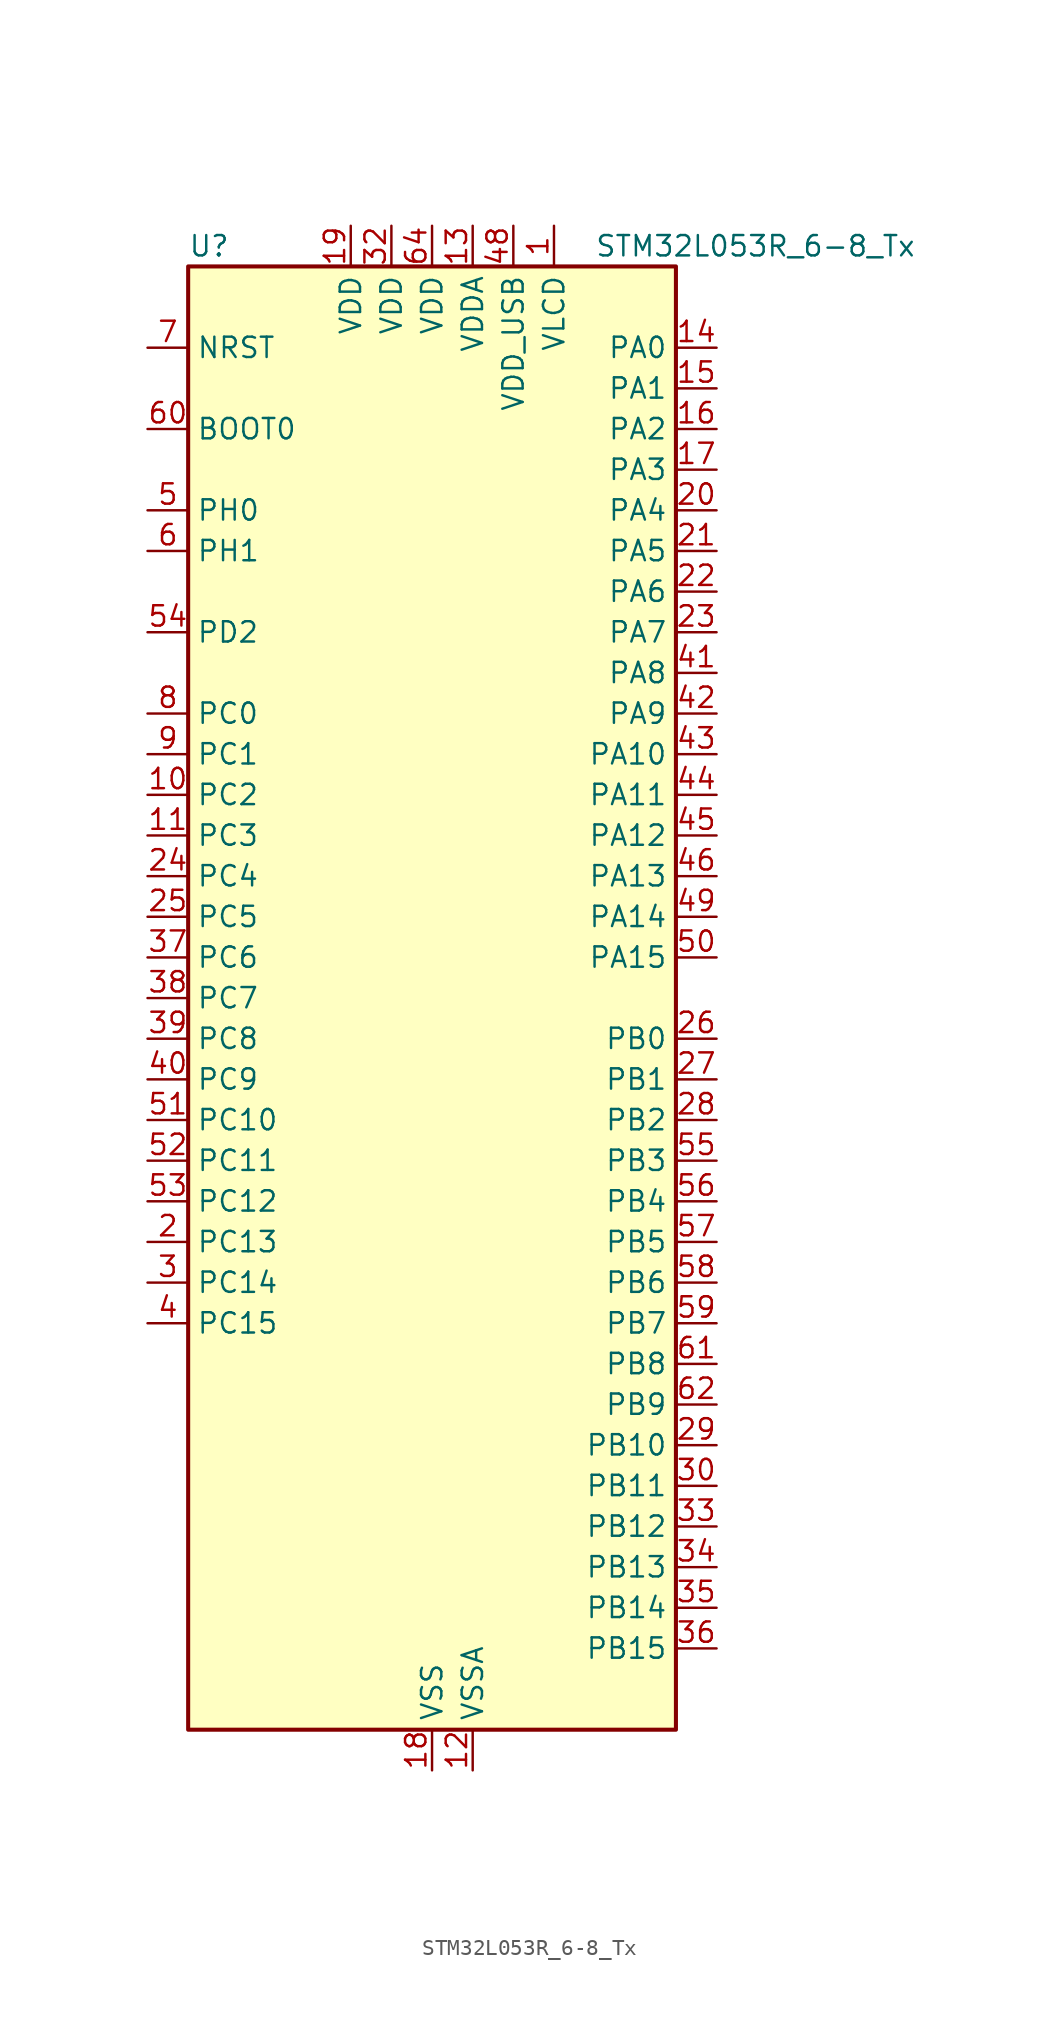
<source format=kicad_sym>
(kicad_symbol_lib
  (version 20241209)
  (generator "kicad_symbol_editor")
  (generator_version "9.0")
  (symbol "STM32L053R_6-8_Tx"
    (property "Reference" "U"
      (at -15.24 46.99 0)
      (effects (font (size 1.27 1.27)) (justify left)))
    (property "Value" "STM32L053R_6-8_Tx"
      (at 10.16 46.99 0)
      (effects (font (size 1.27 1.27)) (justify left)))
    (symbol "STM32L053R_6-8_Tx_0_1"
      (rectangle (start -15.24 -45.72) (end 15.24 45.72) (stroke (width 0.254) (type default)) (fill (type background))))
    (symbol "STM32L053R_6-8_Tx_1_1"
      (pin input line (at -17.78 40.64 0) (length 2.54) (name "NRST" (effects (font (size 1.27 1.27)))) (number "7" (effects (font (size 1.27 1.27)))))
      (pin input line (at -17.78 35.56 0) (length 2.54) (name "BOOT0" (effects (font (size 1.27 1.27)))) (number "60" (effects (font (size 1.27 1.27)))))
      (pin bidirectional line (at -17.78 30.48 0) (length 2.54) (name "PH0" (effects (font (size 1.27 1.27)))) (number "5" (effects (font (size 1.27 1.27)))) (alternate "CRS_SYNC" bidirectional line) (alternate "RCC_OSC_IN" bidirectional line))
      (pin bidirectional line (at -17.78 27.94 0) (length 2.54) (name "PH1" (effects (font (size 1.27 1.27)))) (number "6" (effects (font (size 1.27 1.27)))) (alternate "RCC_OSC_OUT" bidirectional line))
      (pin bidirectional line (at -17.78 22.86 0) (length 2.54) (name "PD2" (effects (font (size 1.27 1.27)))) (number "54" (effects (font (size 1.27 1.27)))) (alternate "LCD_COM7" bidirectional line) (alternate "LCD_SEG31" bidirectional line) (alternate "LPUART1_DE" bidirectional line) (alternate "LPUART1_RTS" bidirectional line))
      (pin bidirectional line (at -17.78 17.78 0) (length 2.54) (name "PC0" (effects (font (size 1.27 1.27)))) (number "8" (effects (font (size 1.27 1.27)))) (alternate "ADC_IN10" bidirectional line) (alternate "LCD_SEG18" bidirectional line) (alternate "LPTIM1_IN1" bidirectional line) (alternate "TSC_G7_IO1" bidirectional line))
      (pin bidirectional line (at -17.78 15.24 0) (length 2.54) (name "PC1" (effects (font (size 1.27 1.27)))) (number "9" (effects (font (size 1.27 1.27)))) (alternate "ADC_IN11" bidirectional line) (alternate "LCD_SEG19" bidirectional line) (alternate "LPTIM1_OUT" bidirectional line) (alternate "TSC_G7_IO2" bidirectional line))
      (pin bidirectional line (at -17.78 12.7 0) (length 2.54) (name "PC2" (effects (font (size 1.27 1.27)))) (number "10" (effects (font (size 1.27 1.27)))) (alternate "ADC_IN12" bidirectional line) (alternate "I2S2_MCK" bidirectional line) (alternate "LCD_SEG20" bidirectional line) (alternate "LPTIM1_IN2" bidirectional line) (alternate "SPI2_MISO" bidirectional line) (alternate "TSC_G7_IO3" bidirectional line))
      (pin bidirectional line (at -17.78 10.16 0) (length 2.54) (name "PC3" (effects (font (size 1.27 1.27)))) (number "11" (effects (font (size 1.27 1.27)))) (alternate "ADC_IN13" bidirectional line) (alternate "I2S2_SD" bidirectional line) (alternate "LCD_SEG21" bidirectional line) (alternate "LPTIM1_ETR" bidirectional line) (alternate "SPI2_MOSI" bidirectional line) (alternate "TSC_G7_IO4" bidirectional line))
      (pin bidirectional line (at -17.78 7.62 0) (length 2.54) (name "PC4" (effects (font (size 1.27 1.27)))) (number "24" (effects (font (size 1.27 1.27)))) (alternate "ADC_IN14" bidirectional line) (alternate "LCD_SEG22" bidirectional line) (alternate "LPUART1_TX" bidirectional line))
      (pin bidirectional line (at -17.78 5.08 0) (length 2.54) (name "PC5" (effects (font (size 1.27 1.27)))) (number "25" (effects (font (size 1.27 1.27)))) (alternate "ADC_IN15" bidirectional line) (alternate "LCD_SEG23" bidirectional line) (alternate "LPUART1_RX" bidirectional line) (alternate "TSC_G3_IO1" bidirectional line))
      (pin bidirectional line (at -17.78 2.54 0) (length 2.54) (name "PC6" (effects (font (size 1.27 1.27)))) (number "37" (effects (font (size 1.27 1.27)))) (alternate "LCD_SEG24" bidirectional line) (alternate "TIM22_CH1" bidirectional line) (alternate "TSC_G8_IO1" bidirectional line))
      (pin bidirectional line (at -17.78 0 0) (length 2.54) (name "PC7" (effects (font (size 1.27 1.27)))) (number "38" (effects (font (size 1.27 1.27)))) (alternate "LCD_SEG25" bidirectional line) (alternate "TIM22_CH2" bidirectional line) (alternate "TSC_G8_IO2" bidirectional line))
      (pin bidirectional line (at -17.78 -2.54 0) (length 2.54) (name "PC8" (effects (font (size 1.27 1.27)))) (number "39" (effects (font (size 1.27 1.27)))) (alternate "LCD_SEG26" bidirectional line) (alternate "TIM22_ETR" bidirectional line) (alternate "TSC_G8_IO3" bidirectional line))
      (pin bidirectional line (at -17.78 -5.08 0) (length 2.54) (name "PC9" (effects (font (size 1.27 1.27)))) (number "40" (effects (font (size 1.27 1.27)))) (alternate "DAC_EXTI9" bidirectional line) (alternate "LCD_SEG27" bidirectional line) (alternate "TIM21_ETR" bidirectional line) (alternate "TSC_G8_IO4" bidirectional line) (alternate "USB_NOE" bidirectional line))
      (pin bidirectional line (at -17.78 -7.62 0) (length 2.54) (name "PC10" (effects (font (size 1.27 1.27)))) (number "51" (effects (font (size 1.27 1.27)))) (alternate "LCD_COM4" bidirectional line) (alternate "LCD_SEG28" bidirectional line) (alternate "LPUART1_TX" bidirectional line))
      (pin bidirectional line (at -17.78 -10.16 0) (length 2.54) (name "PC11" (effects (font (size 1.27 1.27)))) (number "52" (effects (font (size 1.27 1.27)))) (alternate "ADC_EXTI11" bidirectional line) (alternate "LCD_COM5" bidirectional line) (alternate "LCD_SEG29" bidirectional line) (alternate "LPUART1_RX" bidirectional line))
      (pin bidirectional line (at -17.78 -12.7 0) (length 2.54) (name "PC12" (effects (font (size 1.27 1.27)))) (number "53" (effects (font (size 1.27 1.27)))) (alternate "LCD_COM6" bidirectional line) (alternate "LCD_SEG30" bidirectional line))
      (pin bidirectional line (at -17.78 -15.24 0) (length 2.54) (name "PC13" (effects (font (size 1.27 1.27)))) (number "2" (effects (font (size 1.27 1.27)))) (alternate "RTC_OUT_ALARM" bidirectional line) (alternate "RTC_OUT_CALIB" bidirectional line) (alternate "RTC_TAMP1" bidirectional line) (alternate "RTC_TS" bidirectional line) (alternate "SYS_WKUP2" bidirectional line))
      (pin bidirectional line (at -17.78 -17.78 0) (length 2.54) (name "PC14" (effects (font (size 1.27 1.27)))) (number "3" (effects (font (size 1.27 1.27)))) (alternate "RCC_OSC32_IN" bidirectional line))
      (pin bidirectional line (at -17.78 -20.32 0) (length 2.54) (name "PC15" (effects (font (size 1.27 1.27)))) (number "4" (effects (font (size 1.27 1.27)))) (alternate "RCC_OSC32_OUT" bidirectional line))
      (pin power_in line (at -5.08 48.26 270) (length 2.54) (name "VDD" (effects (font (size 1.27 1.27)))) (number "19" (effects (font (size 1.27 1.27)))))
      (pin power_in line (at -2.54 48.26 270) (length 2.54) (name "VDD" (effects (font (size 1.27 1.27)))) (number "32" (effects (font (size 1.27 1.27)))))
      (pin power_in line (at 0 48.26 270) (length 2.54) (name "VDD" (effects (font (size 1.27 1.27)))) (number "64" (effects (font (size 1.27 1.27)))))
      (pin power_in line (at 0 -48.26 90) (length 2.54) (name "VSS" (effects (font (size 1.27 1.27)))) (number "18" (effects (font (size 1.27 1.27)))))
      (pin passive line (at 0 -48.26 90) (length 2.54) (hide yes) (name "VSS" (effects (font (size 1.27 1.27)))) (number "31" (effects (font (size 1.27 1.27)))))
      (pin passive line (at 0 -48.26 90) (length 2.54) (hide yes) (name "VSS" (effects (font (size 1.27 1.27)))) (number "47" (effects (font (size 1.27 1.27)))))
      (pin passive line (at 0 -48.26 90) (length 2.54) (hide yes) (name "VSS" (effects (font (size 1.27 1.27)))) (number "63" (effects (font (size 1.27 1.27)))))
      (pin power_in line (at 2.54 48.26 270) (length 2.54) (name "VDDA" (effects (font (size 1.27 1.27)))) (number "13" (effects (font (size 1.27 1.27)))))
      (pin power_in line (at 2.54 -48.26 90) (length 2.54) (name "VSSA" (effects (font (size 1.27 1.27)))) (number "12" (effects (font (size 1.27 1.27)))))
      (pin power_in line (at 5.08 48.26 270) (length 2.54) (name "VDD_USB" (effects (font (size 1.27 1.27)))) (number "48" (effects (font (size 1.27 1.27)))))
      (pin power_in line (at 7.62 48.26 270) (length 2.54) (name "VLCD" (effects (font (size 1.27 1.27)))) (number "1" (effects (font (size 1.27 1.27)))))
      (pin bidirectional line (at 17.78 40.64 180) (length 2.54) (name "PA0" (effects (font (size 1.27 1.27)))) (number "14" (effects (font (size 1.27 1.27)))) (alternate "ADC_IN0" bidirectional line) (alternate "COMP1_INM" bidirectional line) (alternate "COMP1_OUT" bidirectional line) (alternate "RTC_TAMP2" bidirectional line) (alternate "SYS_WKUP1" bidirectional line) (alternate "TIM2_CH1" bidirectional line) (alternate "TIM2_ETR" bidirectional line) (alternate "TSC_G1_IO1" bidirectional line) (alternate "USART2_CTS" bidirectional line))
      (pin bidirectional line (at 17.78 38.1 180) (length 2.54) (name "PA1" (effects (font (size 1.27 1.27)))) (number "15" (effects (font (size 1.27 1.27)))) (alternate "ADC_IN1" bidirectional line) (alternate "COMP1_INP" bidirectional line) (alternate "LCD_SEG0" bidirectional line) (alternate "TIM21_ETR" bidirectional line) (alternate "TIM2_CH2" bidirectional line) (alternate "TSC_G1_IO2" bidirectional line) (alternate "USART2_DE" bidirectional line) (alternate "USART2_RTS" bidirectional line))
      (pin bidirectional line (at 17.78 35.56 180) (length 2.54) (name "PA2" (effects (font (size 1.27 1.27)))) (number "16" (effects (font (size 1.27 1.27)))) (alternate "ADC_IN2" bidirectional line) (alternate "COMP2_INM" bidirectional line) (alternate "COMP2_OUT" bidirectional line) (alternate "LCD_SEG1" bidirectional line) (alternate "TIM21_CH1" bidirectional line) (alternate "TIM2_CH3" bidirectional line) (alternate "TSC_G1_IO3" bidirectional line) (alternate "USART2_TX" bidirectional line))
      (pin bidirectional line (at 17.78 33.02 180) (length 2.54) (name "PA3" (effects (font (size 1.27 1.27)))) (number "17" (effects (font (size 1.27 1.27)))) (alternate "ADC_IN3" bidirectional line) (alternate "COMP2_INP" bidirectional line) (alternate "LCD_SEG2" bidirectional line) (alternate "TIM21_CH2" bidirectional line) (alternate "TIM2_CH4" bidirectional line) (alternate "TSC_G1_IO4" bidirectional line) (alternate "USART2_RX" bidirectional line))
      (pin bidirectional line (at 17.78 30.48 180) (length 2.54) (name "PA4" (effects (font (size 1.27 1.27)))) (number "20" (effects (font (size 1.27 1.27)))) (alternate "ADC_IN4" bidirectional line) (alternate "COMP1_INM" bidirectional line) (alternate "COMP2_INM" bidirectional line) (alternate "DAC_OUT1" bidirectional line) (alternate "SPI1_NSS" bidirectional line) (alternate "TIM22_ETR" bidirectional line) (alternate "TSC_G2_IO1" bidirectional line) (alternate "USART2_CK" bidirectional line))
      (pin bidirectional line (at 17.78 27.94 180) (length 2.54) (name "PA5" (effects (font (size 1.27 1.27)))) (number "21" (effects (font (size 1.27 1.27)))) (alternate "ADC_IN5" bidirectional line) (alternate "COMP1_INM" bidirectional line) (alternate "COMP2_INM" bidirectional line) (alternate "SPI1_SCK" bidirectional line) (alternate "TIM2_CH1" bidirectional line) (alternate "TIM2_ETR" bidirectional line) (alternate "TSC_G2_IO2" bidirectional line))
      (pin bidirectional line (at 17.78 25.4 180) (length 2.54) (name "PA6" (effects (font (size 1.27 1.27)))) (number "22" (effects (font (size 1.27 1.27)))) (alternate "ADC_IN6" bidirectional line) (alternate "COMP1_OUT" bidirectional line) (alternate "LCD_SEG3" bidirectional line) (alternate "LPUART1_CTS" bidirectional line) (alternate "SPI1_MISO" bidirectional line) (alternate "TIM22_CH1" bidirectional line) (alternate "TSC_G2_IO3" bidirectional line))
      (pin bidirectional line (at 17.78 22.86 180) (length 2.54) (name "PA7" (effects (font (size 1.27 1.27)))) (number "23" (effects (font (size 1.27 1.27)))) (alternate "ADC_IN7" bidirectional line) (alternate "COMP2_OUT" bidirectional line) (alternate "LCD_SEG4" bidirectional line) (alternate "SPI1_MOSI" bidirectional line) (alternate "TIM22_CH2" bidirectional line) (alternate "TSC_G2_IO4" bidirectional line))
      (pin bidirectional line (at 17.78 20.32 180) (length 2.54) (name "PA8" (effects (font (size 1.27 1.27)))) (number "41" (effects (font (size 1.27 1.27)))) (alternate "CRS_SYNC" bidirectional line) (alternate "LCD_COM0" bidirectional line) (alternate "RCC_MCO" bidirectional line) (alternate "USART1_CK" bidirectional line))
      (pin bidirectional line (at 17.78 17.78 180) (length 2.54) (name "PA9" (effects (font (size 1.27 1.27)))) (number "42" (effects (font (size 1.27 1.27)))) (alternate "DAC_EXTI9" bidirectional line) (alternate "LCD_COM1" bidirectional line) (alternate "RCC_MCO" bidirectional line) (alternate "TSC_G4_IO1" bidirectional line) (alternate "USART1_TX" bidirectional line))
      (pin bidirectional line (at 17.78 15.24 180) (length 2.54) (name "PA10" (effects (font (size 1.27 1.27)))) (number "43" (effects (font (size 1.27 1.27)))) (alternate "LCD_COM2" bidirectional line) (alternate "TSC_G4_IO2" bidirectional line) (alternate "USART1_RX" bidirectional line))
      (pin bidirectional line (at 17.78 12.7 180) (length 2.54) (name "PA11" (effects (font (size 1.27 1.27)))) (number "44" (effects (font (size 1.27 1.27)))) (alternate "ADC_EXTI11" bidirectional line) (alternate "COMP1_OUT" bidirectional line) (alternate "SPI1_MISO" bidirectional line) (alternate "TSC_G4_IO3" bidirectional line) (alternate "USART1_CTS" bidirectional line) (alternate "USB_DM" bidirectional line))
      (pin bidirectional line (at 17.78 10.16 180) (length 2.54) (name "PA12" (effects (font (size 1.27 1.27)))) (number "45" (effects (font (size 1.27 1.27)))) (alternate "COMP2_OUT" bidirectional line) (alternate "SPI1_MOSI" bidirectional line) (alternate "TSC_G4_IO4" bidirectional line) (alternate "USART1_DE" bidirectional line) (alternate "USART1_RTS" bidirectional line) (alternate "USB_DP" bidirectional line))
      (pin bidirectional line (at 17.78 7.62 180) (length 2.54) (name "PA13" (effects (font (size 1.27 1.27)))) (number "46" (effects (font (size 1.27 1.27)))) (alternate "SYS_SWDIO" bidirectional line) (alternate "USB_NOE" bidirectional line))
      (pin bidirectional line (at 17.78 5.08 180) (length 2.54) (name "PA14" (effects (font (size 1.27 1.27)))) (number "49" (effects (font (size 1.27 1.27)))) (alternate "SYS_SWCLK" bidirectional line) (alternate "USART2_TX" bidirectional line))
      (pin bidirectional line (at 17.78 2.54 180) (length 2.54) (name "PA15" (effects (font (size 1.27 1.27)))) (number "50" (effects (font (size 1.27 1.27)))) (alternate "LCD_SEG17" bidirectional line) (alternate "SPI1_NSS" bidirectional line) (alternate "TIM2_CH1" bidirectional line) (alternate "TIM2_ETR" bidirectional line) (alternate "USART2_RX" bidirectional line))
      (pin bidirectional line (at 17.78 -2.54 180) (length 2.54) (name "PB0" (effects (font (size 1.27 1.27)))) (number "26" (effects (font (size 1.27 1.27)))) (alternate "ADC_IN8" bidirectional line) (alternate "LCD_SEG5" bidirectional line) (alternate "LCD_VLCD3" bidirectional line) (alternate "SYS_VREF_OUT_PB0" bidirectional line) (alternate "TSC_G3_IO2" bidirectional line))
      (pin bidirectional line (at 17.78 -5.08 180) (length 2.54) (name "PB1" (effects (font (size 1.27 1.27)))) (number "27" (effects (font (size 1.27 1.27)))) (alternate "ADC_IN9" bidirectional line) (alternate "LCD_SEG6" bidirectional line) (alternate "LPUART1_DE" bidirectional line) (alternate "LPUART1_RTS" bidirectional line) (alternate "SYS_VREF_OUT_PB1" bidirectional line) (alternate "TSC_G3_IO3" bidirectional line))
      (pin bidirectional line (at 17.78 -7.62 180) (length 2.54) (name "PB2" (effects (font (size 1.27 1.27)))) (number "28" (effects (font (size 1.27 1.27)))) (alternate "LCD_VLCD2" bidirectional line) (alternate "LPTIM1_OUT" bidirectional line) (alternate "TSC_G3_IO4" bidirectional line))
      (pin bidirectional line (at 17.78 -10.16 180) (length 2.54) (name "PB3" (effects (font (size 1.27 1.27)))) (number "55" (effects (font (size 1.27 1.27)))) (alternate "COMP2_INM" bidirectional line) (alternate "LCD_SEG7" bidirectional line) (alternate "SPI1_SCK" bidirectional line) (alternate "TIM2_CH2" bidirectional line) (alternate "TSC_G5_IO1" bidirectional line))
      (pin bidirectional line (at 17.78 -12.7 180) (length 2.54) (name "PB4" (effects (font (size 1.27 1.27)))) (number "56" (effects (font (size 1.27 1.27)))) (alternate "COMP2_INP" bidirectional line) (alternate "LCD_SEG8" bidirectional line) (alternate "SPI1_MISO" bidirectional line) (alternate "TIM22_CH1" bidirectional line) (alternate "TSC_G5_IO2" bidirectional line))
      (pin bidirectional line (at 17.78 -15.24 180) (length 2.54) (name "PB5" (effects (font (size 1.27 1.27)))) (number "57" (effects (font (size 1.27 1.27)))) (alternate "COMP2_INP" bidirectional line) (alternate "I2C1_SMBA" bidirectional line) (alternate "LCD_SEG9" bidirectional line) (alternate "LPTIM1_IN1" bidirectional line) (alternate "SPI1_MOSI" bidirectional line) (alternate "TIM22_CH2" bidirectional line))
      (pin bidirectional line (at 17.78 -17.78 180) (length 2.54) (name "PB6" (effects (font (size 1.27 1.27)))) (number "58" (effects (font (size 1.27 1.27)))) (alternate "COMP2_INP" bidirectional line) (alternate "I2C1_SCL" bidirectional line) (alternate "LPTIM1_ETR" bidirectional line) (alternate "TSC_G5_IO3" bidirectional line) (alternate "USART1_TX" bidirectional line))
      (pin bidirectional line (at 17.78 -20.32 180) (length 2.54) (name "PB7" (effects (font (size 1.27 1.27)))) (number "59" (effects (font (size 1.27 1.27)))) (alternate "COMP2_INP" bidirectional line) (alternate "I2C1_SDA" bidirectional line) (alternate "LPTIM1_IN2" bidirectional line) (alternate "SYS_PVD_IN" bidirectional line) (alternate "TSC_G5_IO4" bidirectional line) (alternate "USART1_RX" bidirectional line))
      (pin bidirectional line (at 17.78 -22.86 180) (length 2.54) (name "PB8" (effects (font (size 1.27 1.27)))) (number "61" (effects (font (size 1.27 1.27)))) (alternate "I2C1_SCL" bidirectional line) (alternate "LCD_SEG16" bidirectional line) (alternate "TSC_SYNC" bidirectional line))
      (pin bidirectional line (at 17.78 -25.4 180) (length 2.54) (name "PB9" (effects (font (size 1.27 1.27)))) (number "62" (effects (font (size 1.27 1.27)))) (alternate "DAC_EXTI9" bidirectional line) (alternate "I2C1_SDA" bidirectional line) (alternate "I2S2_WS" bidirectional line) (alternate "LCD_COM3" bidirectional line) (alternate "SPI2_NSS" bidirectional line))
      (pin bidirectional line (at 17.78 -27.94 180) (length 2.54) (name "PB10" (effects (font (size 1.27 1.27)))) (number "29" (effects (font (size 1.27 1.27)))) (alternate "I2C2_SCL" bidirectional line) (alternate "LCD_SEG10" bidirectional line) (alternate "LPUART1_TX" bidirectional line) (alternate "SPI2_SCK" bidirectional line) (alternate "TIM2_CH3" bidirectional line) (alternate "TSC_SYNC" bidirectional line))
      (pin bidirectional line (at 17.78 -30.48 180) (length 2.54) (name "PB11" (effects (font (size 1.27 1.27)))) (number "30" (effects (font (size 1.27 1.27)))) (alternate "ADC_EXTI11" bidirectional line) (alternate "I2C2_SDA" bidirectional line) (alternate "LCD_SEG11" bidirectional line) (alternate "LPUART1_RX" bidirectional line) (alternate "TIM2_CH4" bidirectional line) (alternate "TSC_G6_IO1" bidirectional line))
      (pin bidirectional line (at 17.78 -33.02 180) (length 2.54) (name "PB12" (effects (font (size 1.27 1.27)))) (number "33" (effects (font (size 1.27 1.27)))) (alternate "I2S2_WS" bidirectional line) (alternate "LCD_SEG12" bidirectional line) (alternate "LCD_VLCD1" bidirectional line) (alternate "LPUART1_DE" bidirectional line) (alternate "LPUART1_RTS" bidirectional line) (alternate "SPI2_NSS" bidirectional line) (alternate "TSC_G6_IO2" bidirectional line))
      (pin bidirectional line (at 17.78 -35.56 180) (length 2.54) (name "PB13" (effects (font (size 1.27 1.27)))) (number "34" (effects (font (size 1.27 1.27)))) (alternate "I2C2_SCL" bidirectional line) (alternate "I2S2_CK" bidirectional line) (alternate "LCD_SEG13" bidirectional line) (alternate "LPUART1_CTS" bidirectional line) (alternate "SPI2_SCK" bidirectional line) (alternate "TIM21_CH1" bidirectional line) (alternate "TSC_G6_IO3" bidirectional line))
      (pin bidirectional line (at 17.78 -38.1 180) (length 2.54) (name "PB14" (effects (font (size 1.27 1.27)))) (number "35" (effects (font (size 1.27 1.27)))) (alternate "I2C2_SDA" bidirectional line) (alternate "I2S2_MCK" bidirectional line) (alternate "LCD_SEG14" bidirectional line) (alternate "LPUART1_DE" bidirectional line) (alternate "LPUART1_RTS" bidirectional line) (alternate "RTC_OUT_ALARM" bidirectional line) (alternate "RTC_OUT_CALIB" bidirectional line) (alternate "SPI2_MISO" bidirectional line) (alternate "TIM21_CH2" bidirectional line) (alternate "TSC_G6_IO4" bidirectional line))
      (pin bidirectional line (at 17.78 -40.64 180) (length 2.54) (name "PB15" (effects (font (size 1.27 1.27)))) (number "36" (effects (font (size 1.27 1.27)))) (alternate "I2S2_SD" bidirectional line) (alternate "LCD_SEG15" bidirectional line) (alternate "RTC_REFIN" bidirectional line) (alternate "SPI2_MOSI" bidirectional line)))))
</source>
